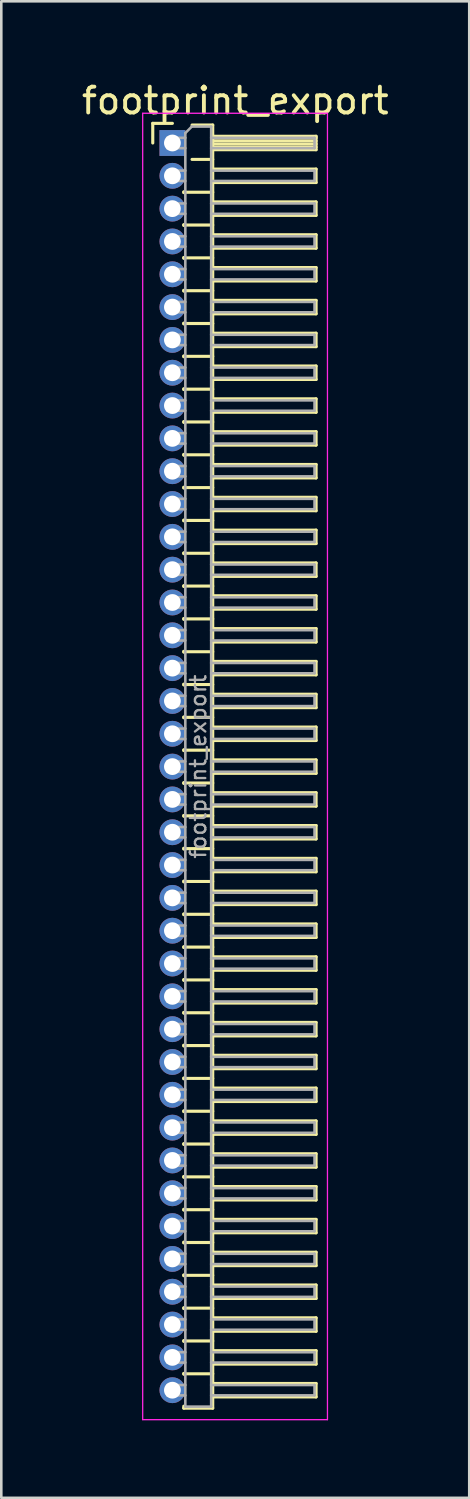
<source format=kicad_pcb>
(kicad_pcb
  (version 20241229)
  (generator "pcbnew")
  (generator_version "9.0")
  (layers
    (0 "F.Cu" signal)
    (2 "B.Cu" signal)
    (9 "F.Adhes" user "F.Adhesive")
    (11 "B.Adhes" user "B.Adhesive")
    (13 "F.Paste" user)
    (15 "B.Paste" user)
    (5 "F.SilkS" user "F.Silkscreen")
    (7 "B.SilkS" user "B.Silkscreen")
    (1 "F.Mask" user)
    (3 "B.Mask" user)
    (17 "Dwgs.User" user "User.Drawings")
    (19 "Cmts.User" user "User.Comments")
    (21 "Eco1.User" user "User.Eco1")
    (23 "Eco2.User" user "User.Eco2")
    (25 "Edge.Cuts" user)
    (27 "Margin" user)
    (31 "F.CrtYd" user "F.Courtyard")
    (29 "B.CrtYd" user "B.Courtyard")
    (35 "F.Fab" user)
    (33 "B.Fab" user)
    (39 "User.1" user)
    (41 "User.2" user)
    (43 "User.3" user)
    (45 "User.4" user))
  (footprint "footprint_export"
    (layer "F.Cu")
    (at 3.621 2.483)
    (property "Reference" "footprint_export" (at 2.433 -1.635 0) (layer "F.SilkS") (effects (font (size 1 1) (thickness 0.15))))
    (attr through_hole)
    (fp_line (start -0.76 -0.76) (end 0 -0.76) (stroke (width 0.12) (type solid)) (layer "F.SilkS"))
    (fp_line (start -0.76 0) (end -0.76 -0.76) (stroke (width 0.12) (type solid)) (layer "F.SilkS"))
    (fp_line (start 0.44 1.89) (end 0.44 1.92) (stroke (width 0.12) (type solid)) (layer "F.SilkS"))
    (fp_line (start 0.44 1.905) (end 1.56 1.905) (stroke (width 0.12) (type solid)) (layer "F.SilkS"))
    (fp_line (start 0.44 3.16) (end 0.44 3.19) (stroke (width 0.12) (type solid)) (layer "F.SilkS"))
    (fp_line (start 0.44 3.175) (end 1.56 3.175) (stroke (width 0.12) (type solid)) (layer "F.SilkS"))
    (fp_line (start 0.44 4.43) (end 0.44 4.46) (stroke (width 0.12) (type solid)) (layer "F.SilkS"))
    (fp_line (start 0.44 4.445) (end 1.56 4.445) (stroke (width 0.12) (type solid)) (layer "F.SilkS"))
    (fp_line (start 0.44 5.7) (end 0.44 5.73) (stroke (width 0.12) (type solid)) (layer "F.SilkS"))
    (fp_line (start 0.44 5.715) (end 1.56 5.715) (stroke (width 0.12) (type solid)) (layer "F.SilkS"))
    (fp_line (start 0.44 6.97) (end 0.44 7) (stroke (width 0.12) (type solid)) (layer "F.SilkS"))
    (fp_line (start 0.44 6.985) (end 1.56 6.985) (stroke (width 0.12) (type solid)) (layer "F.SilkS"))
    (fp_line (start 0.44 8.24) (end 0.44 8.27) (stroke (width 0.12) (type solid)) (layer "F.SilkS"))
    (fp_line (start 0.44 8.255) (end 1.56 8.255) (stroke (width 0.12) (type solid)) (layer "F.SilkS"))
    (fp_line (start 0.44 9.51) (end 0.44 9.54) (stroke (width 0.12) (type solid)) (layer "F.SilkS"))
    (fp_line (start 0.44 9.525) (end 1.56 9.525) (stroke (width 0.12) (type solid)) (layer "F.SilkS"))
    (fp_line (start 0.44 10.78) (end 0.44 10.81) (stroke (width 0.12) (type solid)) (layer "F.SilkS"))
    (fp_line (start 0.44 10.795) (end 1.56 10.795) (stroke (width 0.12) (type solid)) (layer "F.SilkS"))
    (fp_line (start 0.44 12.05) (end 0.44 12.08) (stroke (width 0.12) (type solid)) (layer "F.SilkS"))
    (fp_line (start 0.44 12.065) (end 1.56 12.065) (stroke (width 0.12) (type solid)) (layer "F.SilkS"))
    (fp_line (start 0.44 13.32) (end 0.44 13.35) (stroke (width 0.12) (type solid)) (layer "F.SilkS"))
    (fp_line (start 0.44 13.335) (end 1.56 13.335) (stroke (width 0.12) (type solid)) (layer "F.SilkS"))
    (fp_line (start 0.44 14.59) (end 0.44 14.62) (stroke (width 0.12) (type solid)) (layer "F.SilkS"))
    (fp_line (start 0.44 14.605) (end 1.56 14.605) (stroke (width 0.12) (type solid)) (layer "F.SilkS"))
    (fp_line (start 0.44 15.86) (end 0.44 15.89) (stroke (width 0.12) (type solid)) (layer "F.SilkS"))
    (fp_line (start 0.44 15.875) (end 1.56 15.875) (stroke (width 0.12) (type solid)) (layer "F.SilkS"))
    (fp_line (start 0.44 17.13) (end 0.44 17.16) (stroke (width 0.12) (type solid)) (layer "F.SilkS"))
    (fp_line (start 0.44 17.145) (end 1.56 17.145) (stroke (width 0.12) (type solid)) (layer "F.SilkS"))
    (fp_line (start 0.44 18.4) (end 0.44 18.43) (stroke (width 0.12) (type solid)) (layer "F.SilkS"))
    (fp_line (start 0.44 18.415) (end 1.56 18.415) (stroke (width 0.12) (type solid)) (layer "F.SilkS"))
    (fp_line (start 0.44 19.67) (end 0.44 19.7) (stroke (width 0.12) (type solid)) (layer "F.SilkS"))
    (fp_line (start 0.44 19.685) (end 1.56 19.685) (stroke (width 0.12) (type solid)) (layer "F.SilkS"))
    (fp_line (start 0.44 20.94) (end 0.44 20.97) (stroke (width 0.12) (type solid)) (layer "F.SilkS"))
    (fp_line (start 0.44 20.955) (end 1.56 20.955) (stroke (width 0.12) (type solid)) (layer "F.SilkS"))
    (fp_line (start 0.44 22.21) (end 0.44 22.24) (stroke (width 0.12) (type solid)) (layer "F.SilkS"))
    (fp_line (start 0.44 22.225) (end 1.56 22.225) (stroke (width 0.12) (type solid)) (layer "F.SilkS"))
    (fp_line (start 0.44 23.48) (end 0.44 23.51) (stroke (width 0.12) (type solid)) (layer "F.SilkS"))
    (fp_line (start 0.44 23.495) (end 1.56 23.495) (stroke (width 0.12) (type solid)) (layer "F.SilkS"))
    (fp_line (start 0.44 24.75) (end 0.44 24.78) (stroke (width 0.12) (type solid)) (layer "F.SilkS"))
    (fp_line (start 0.44 24.765) (end 1.56 24.765) (stroke (width 0.12) (type solid)) (layer "F.SilkS"))
    (fp_line (start 0.44 26.02) (end 0.44 26.05) (stroke (width 0.12) (type solid)) (layer "F.SilkS"))
    (fp_line (start 0.44 26.035) (end 1.56 26.035) (stroke (width 0.12) (type solid)) (layer "F.SilkS"))
    (fp_line (start 0.44 27.29) (end 0.44 27.32) (stroke (width 0.12) (type solid)) (layer "F.SilkS"))
    (fp_line (start 0.44 27.305) (end 1.56 27.305) (stroke (width 0.12) (type solid)) (layer "F.SilkS"))
    (fp_line (start 0.44 28.56) (end 0.44 28.59) (stroke (width 0.12) (type solid)) (layer "F.SilkS"))
    (fp_line (start 0.44 28.575) (end 1.56 28.575) (stroke (width 0.12) (type solid)) (layer "F.SilkS"))
    (fp_line (start 0.44 29.83) (end 0.44 29.86) (stroke (width 0.12) (type solid)) (layer "F.SilkS"))
    (fp_line (start 0.44 29.845) (end 1.56 29.845) (stroke (width 0.12) (type solid)) (layer "F.SilkS"))
    (fp_line (start 0.44 31.1) (end 0.44 31.13) (stroke (width 0.12) (type solid)) (layer "F.SilkS"))
    (fp_line (start 0.44 31.115) (end 1.56 31.115) (stroke (width 0.12) (type solid)) (layer "F.SilkS"))
    (fp_line (start 0.44 32.37) (end 0.44 32.4) (stroke (width 0.12) (type solid)) (layer "F.SilkS"))
    (fp_line (start 0.44 32.385) (end 1.56 32.385) (stroke (width 0.12) (type solid)) (layer "F.SilkS"))
    (fp_line (start 0.44 33.64) (end 0.44 33.67) (stroke (width 0.12) (type solid)) (layer "F.SilkS"))
    (fp_line (start 0.44 33.655) (end 1.56 33.655) (stroke (width 0.12) (type solid)) (layer "F.SilkS"))
    (fp_line (start 0.44 34.91) (end 0.44 34.94) (stroke (width 0.12) (type solid)) (layer "F.SilkS"))
    (fp_line (start 0.44 34.925) (end 1.56 34.925) (stroke (width 0.12) (type solid)) (layer "F.SilkS"))
    (fp_line (start 0.44 36.18) (end 0.44 36.21) (stroke (width 0.12) (type solid)) (layer "F.SilkS"))
    (fp_line (start 0.44 36.195) (end 1.56 36.195) (stroke (width 0.12) (type solid)) (layer "F.SilkS"))
    (fp_line (start 0.44 37.45) (end 0.44 37.48) (stroke (width 0.12) (type solid)) (layer "F.SilkS"))
    (fp_line (start 0.44 37.465) (end 1.56 37.465) (stroke (width 0.12) (type solid)) (layer "F.SilkS"))
    (fp_line (start 0.44 38.72) (end 0.44 38.75) (stroke (width 0.12) (type solid)) (layer "F.SilkS"))
    (fp_line (start 0.44 38.735) (end 1.56 38.735) (stroke (width 0.12) (type solid)) (layer "F.SilkS"))
    (fp_line (start 0.44 39.99) (end 0.44 40.02) (stroke (width 0.12) (type solid)) (layer "F.SilkS"))
    (fp_line (start 0.44 40.005) (end 1.56 40.005) (stroke (width 0.12) (type solid)) (layer "F.SilkS"))
    (fp_line (start 0.44 41.26) (end 0.44 41.29) (stroke (width 0.12) (type solid)) (layer "F.SilkS"))
    (fp_line (start 0.44 41.275) (end 1.56 41.275) (stroke (width 0.12) (type solid)) (layer "F.SilkS"))
    (fp_line (start 0.44 42.53) (end 0.44 42.56) (stroke (width 0.12) (type solid)) (layer "F.SilkS"))
    (fp_line (start 0.44 42.545) (end 1.56 42.545) (stroke (width 0.12) (type solid)) (layer "F.SilkS"))
    (fp_line (start 0.44 43.8) (end 0.44 43.83) (stroke (width 0.12) (type solid)) (layer "F.SilkS"))
    (fp_line (start 0.44 43.815) (end 1.56 43.815) (stroke (width 0.12) (type solid)) (layer "F.SilkS"))
    (fp_line (start 0.44 45.07) (end 0.44 45.1) (stroke (width 0.12) (type solid)) (layer "F.SilkS"))
    (fp_line (start 0.44 45.085) (end 1.56 45.085) (stroke (width 0.12) (type solid)) (layer "F.SilkS"))
    (fp_line (start 0.44 46.34) (end 0.44 46.37) (stroke (width 0.12) (type solid)) (layer "F.SilkS"))
    (fp_line (start 0.44 46.355) (end 1.56 46.355) (stroke (width 0.12) (type solid)) (layer "F.SilkS"))
    (fp_line (start 0.44 47.61) (end 0.44 47.64) (stroke (width 0.12) (type solid)) (layer "F.SilkS"))
    (fp_line (start 0.44 47.625) (end 1.56 47.625) (stroke (width 0.12) (type solid)) (layer "F.SilkS"))
    (fp_line (start 0.44 48.955) (end 0.44 48.88) (stroke (width 0.12) (type solid)) (layer "F.SilkS"))
    (fp_line (start 0.76 -0.695) (end 1.56 -0.695) (stroke (width 0.12) (type solid)) (layer "F.SilkS"))
    (fp_line (start 0.76 0.635) (end 1.56 0.635) (stroke (width 0.12) (type solid)) (layer "F.SilkS"))
    (fp_line (start 1.56 -0.695) (end 1.56 48.955) (stroke (width 0.12) (type solid)) (layer "F.SilkS"))
    (fp_line (start 1.56 -0.26) (end 5.56 -0.26) (stroke (width 0.12) (type solid)) (layer "F.SilkS"))
    (fp_line (start 1.56 -0.2) (end 5.56 -0.2) (stroke (width 0.12) (type solid)) (layer "F.SilkS"))
    (fp_line (start 1.56 -0.08) (end 5.56 -0.08) (stroke (width 0.12) (type solid)) (layer "F.SilkS"))
    (fp_line (start 1.56 0.04) (end 5.56 0.04) (stroke (width 0.12) (type solid)) (layer "F.SilkS"))
    (fp_line (start 1.56 0.16) (end 5.56 0.16) (stroke (width 0.12) (type solid)) (layer "F.SilkS"))
    (fp_line (start 1.56 1.01) (end 5.56 1.01) (stroke (width 0.12) (type solid)) (layer "F.SilkS"))
    (fp_line (start 1.56 2.28) (end 5.56 2.28) (stroke (width 0.12) (type solid)) (layer "F.SilkS"))
    (fp_line (start 1.56 3.55) (end 5.56 3.55) (stroke (width 0.12) (type solid)) (layer "F.SilkS"))
    (fp_line (start 1.56 4.82) (end 5.56 4.82) (stroke (width 0.12) (type solid)) (layer "F.SilkS"))
    (fp_line (start 1.56 6.09) (end 5.56 6.09) (stroke (width 0.12) (type solid)) (layer "F.SilkS"))
    (fp_line (start 1.56 7.36) (end 5.56 7.36) (stroke (width 0.12) (type solid)) (layer "F.SilkS"))
    (fp_line (start 1.56 8.63) (end 5.56 8.63) (stroke (width 0.12) (type solid)) (layer "F.SilkS"))
    (fp_line (start 1.56 9.9) (end 5.56 9.9) (stroke (width 0.12) (type solid)) (layer "F.SilkS"))
    (fp_line (start 1.56 11.17) (end 5.56 11.17) (stroke (width 0.12) (type solid)) (layer "F.SilkS"))
    (fp_line (start 1.56 12.44) (end 5.56 12.44) (stroke (width 0.12) (type solid)) (layer "F.SilkS"))
    (fp_line (start 1.56 13.71) (end 5.56 13.71) (stroke (width 0.12) (type solid)) (layer "F.SilkS"))
    (fp_line (start 1.56 14.98) (end 5.56 14.98) (stroke (width 0.12) (type solid)) (layer "F.SilkS"))
    (fp_line (start 1.56 16.25) (end 5.56 16.25) (stroke (width 0.12) (type solid)) (layer "F.SilkS"))
    (fp_line (start 1.56 17.52) (end 5.56 17.52) (stroke (width 0.12) (type solid)) (layer "F.SilkS"))
    (fp_line (start 1.56 18.79) (end 5.56 18.79) (stroke (width 0.12) (type solid)) (layer "F.SilkS"))
    (fp_line (start 1.56 20.06) (end 5.56 20.06) (stroke (width 0.12) (type solid)) (layer "F.SilkS"))
    (fp_line (start 1.56 21.33) (end 5.56 21.33) (stroke (width 0.12) (type solid)) (layer "F.SilkS"))
    (fp_line (start 1.56 22.6) (end 5.56 22.6) (stroke (width 0.12) (type solid)) (layer "F.SilkS"))
    (fp_line (start 1.56 23.87) (end 5.56 23.87) (stroke (width 0.12) (type solid)) (layer "F.SilkS"))
    (fp_line (start 1.56 25.14) (end 5.56 25.14) (stroke (width 0.12) (type solid)) (layer "F.SilkS"))
    (fp_line (start 1.56 26.41) (end 5.56 26.41) (stroke (width 0.12) (type solid)) (layer "F.SilkS"))
    (fp_line (start 1.56 27.68) (end 5.56 27.68) (stroke (width 0.12) (type solid)) (layer "F.SilkS"))
    (fp_line (start 1.56 28.95) (end 5.56 28.95) (stroke (width 0.12) (type solid)) (layer "F.SilkS"))
    (fp_line (start 1.56 30.22) (end 5.56 30.22) (stroke (width 0.12) (type solid)) (layer "F.SilkS"))
    (fp_line (start 1.56 31.49) (end 5.56 31.49) (stroke (width 0.12) (type solid)) (layer "F.SilkS"))
    (fp_line (start 1.56 32.76) (end 5.56 32.76) (stroke (width 0.12) (type solid)) (layer "F.SilkS"))
    (fp_line (start 1.56 34.03) (end 5.56 34.03) (stroke (width 0.12) (type solid)) (layer "F.SilkS"))
    (fp_line (start 1.56 35.3) (end 5.56 35.3) (stroke (width 0.12) (type solid)) (layer "F.SilkS"))
    (fp_line (start 1.56 36.57) (end 5.56 36.57) (stroke (width 0.12) (type solid)) (layer "F.SilkS"))
    (fp_line (start 1.56 37.84) (end 5.56 37.84) (stroke (width 0.12) (type solid)) (layer "F.SilkS"))
    (fp_line (start 1.56 39.11) (end 5.56 39.11) (stroke (width 0.12) (type solid)) (layer "F.SilkS"))
    (fp_line (start 1.56 40.38) (end 5.56 40.38) (stroke (width 0.12) (type solid)) (layer "F.SilkS"))
    (fp_line (start 1.56 41.65) (end 5.56 41.65) (stroke (width 0.12) (type solid)) (layer "F.SilkS"))
    (fp_line (start 1.56 42.92) (end 5.56 42.92) (stroke (width 0.12) (type solid)) (layer "F.SilkS"))
    (fp_line (start 1.56 44.19) (end 5.56 44.19) (stroke (width 0.12) (type solid)) (layer "F.SilkS"))
    (fp_line (start 1.56 45.46) (end 5.56 45.46) (stroke (width 0.12) (type solid)) (layer "F.SilkS"))
    (fp_line (start 1.56 46.73) (end 5.56 46.73) (stroke (width 0.12) (type solid)) (layer "F.SilkS"))
    (fp_line (start 1.56 48) (end 5.56 48) (stroke (width 0.12) (type solid)) (layer "F.SilkS"))
    (fp_line (start 1.56 48.955) (end 0.44 48.955) (stroke (width 0.12) (type solid)) (layer "F.SilkS"))
    (fp_line (start 5.56 -0.26) (end 5.56 0.26) (stroke (width 0.12) (type solid)) (layer "F.SilkS"))
    (fp_line (start 5.56 0.26) (end 1.56 0.26) (stroke (width 0.12) (type solid)) (layer "F.SilkS"))
    (fp_line (start 5.56 1.01) (end 5.56 1.53) (stroke (width 0.12) (type solid)) (layer "F.SilkS"))
    (fp_line (start 5.56 1.53) (end 1.56 1.53) (stroke (width 0.12) (type solid)) (layer "F.SilkS"))
    (fp_line (start 5.56 2.28) (end 5.56 2.8) (stroke (width 0.12) (type solid)) (layer "F.SilkS"))
    (fp_line (start 5.56 2.8) (end 1.56 2.8) (stroke (width 0.12) (type solid)) (layer "F.SilkS"))
    (fp_line (start 5.56 3.55) (end 5.56 4.07) (stroke (width 0.12) (type solid)) (layer "F.SilkS"))
    (fp_line (start 5.56 4.07) (end 1.56 4.07) (stroke (width 0.12) (type solid)) (layer "F.SilkS"))
    (fp_line (start 5.56 4.82) (end 5.56 5.34) (stroke (width 0.12) (type solid)) (layer "F.SilkS"))
    (fp_line (start 5.56 5.34) (end 1.56 5.34) (stroke (width 0.12) (type solid)) (layer "F.SilkS"))
    (fp_line (start 5.56 6.09) (end 5.56 6.61) (stroke (width 0.12) (type solid)) (layer "F.SilkS"))
    (fp_line (start 5.56 6.61) (end 1.56 6.61) (stroke (width 0.12) (type solid)) (layer "F.SilkS"))
    (fp_line (start 5.56 7.36) (end 5.56 7.88) (stroke (width 0.12) (type solid)) (layer "F.SilkS"))
    (fp_line (start 5.56 7.88) (end 1.56 7.88) (stroke (width 0.12) (type solid)) (layer "F.SilkS"))
    (fp_line (start 5.56 8.63) (end 5.56 9.15) (stroke (width 0.12) (type solid)) (layer "F.SilkS"))
    (fp_line (start 5.56 9.15) (end 1.56 9.15) (stroke (width 0.12) (type solid)) (layer "F.SilkS"))
    (fp_line (start 5.56 9.9) (end 5.56 10.42) (stroke (width 0.12) (type solid)) (layer "F.SilkS"))
    (fp_line (start 5.56 10.42) (end 1.56 10.42) (stroke (width 0.12) (type solid)) (layer "F.SilkS"))
    (fp_line (start 5.56 11.17) (end 5.56 11.69) (stroke (width 0.12) (type solid)) (layer "F.SilkS"))
    (fp_line (start 5.56 11.69) (end 1.56 11.69) (stroke (width 0.12) (type solid)) (layer "F.SilkS"))
    (fp_line (start 5.56 12.44) (end 5.56 12.96) (stroke (width 0.12) (type solid)) (layer "F.SilkS"))
    (fp_line (start 5.56 12.96) (end 1.56 12.96) (stroke (width 0.12) (type solid)) (layer "F.SilkS"))
    (fp_line (start 5.56 13.71) (end 5.56 14.23) (stroke (width 0.12) (type solid)) (layer "F.SilkS"))
    (fp_line (start 5.56 14.23) (end 1.56 14.23) (stroke (width 0.12) (type solid)) (layer "F.SilkS"))
    (fp_line (start 5.56 14.98) (end 5.56 15.5) (stroke (width 0.12) (type solid)) (layer "F.SilkS"))
    (fp_line (start 5.56 15.5) (end 1.56 15.5) (stroke (width 0.12) (type solid)) (layer "F.SilkS"))
    (fp_line (start 5.56 16.25) (end 5.56 16.77) (stroke (width 0.12) (type solid)) (layer "F.SilkS"))
    (fp_line (start 5.56 16.77) (end 1.56 16.77) (stroke (width 0.12) (type solid)) (layer "F.SilkS"))
    (fp_line (start 5.56 17.52) (end 5.56 18.04) (stroke (width 0.12) (type solid)) (layer "F.SilkS"))
    (fp_line (start 5.56 18.04) (end 1.56 18.04) (stroke (width 0.12) (type solid)) (layer "F.SilkS"))
    (fp_line (start 5.56 18.79) (end 5.56 19.31) (stroke (width 0.12) (type solid)) (layer "F.SilkS"))
    (fp_line (start 5.56 19.31) (end 1.56 19.31) (stroke (width 0.12) (type solid)) (layer "F.SilkS"))
    (fp_line (start 5.56 20.06) (end 5.56 20.58) (stroke (width 0.12) (type solid)) (layer "F.SilkS"))
    (fp_line (start 5.56 20.58) (end 1.56 20.58) (stroke (width 0.12) (type solid)) (layer "F.SilkS"))
    (fp_line (start 5.56 21.33) (end 5.56 21.85) (stroke (width 0.12) (type solid)) (layer "F.SilkS"))
    (fp_line (start 5.56 21.85) (end 1.56 21.85) (stroke (width 0.12) (type solid)) (layer "F.SilkS"))
    (fp_line (start 5.56 22.6) (end 5.56 23.12) (stroke (width 0.12) (type solid)) (layer "F.SilkS"))
    (fp_line (start 5.56 23.12) (end 1.56 23.12) (stroke (width 0.12) (type solid)) (layer "F.SilkS"))
    (fp_line (start 5.56 23.87) (end 5.56 24.39) (stroke (width 0.12) (type solid)) (layer "F.SilkS"))
    (fp_line (start 5.56 24.39) (end 1.56 24.39) (stroke (width 0.12) (type solid)) (layer "F.SilkS"))
    (fp_line (start 5.56 25.14) (end 5.56 25.66) (stroke (width 0.12) (type solid)) (layer "F.SilkS"))
    (fp_line (start 5.56 25.66) (end 1.56 25.66) (stroke (width 0.12) (type solid)) (layer "F.SilkS"))
    (fp_line (start 5.56 26.41) (end 5.56 26.93) (stroke (width 0.12) (type solid)) (layer "F.SilkS"))
    (fp_line (start 5.56 26.93) (end 1.56 26.93) (stroke (width 0.12) (type solid)) (layer "F.SilkS"))
    (fp_line (start 5.56 27.68) (end 5.56 28.2) (stroke (width 0.12) (type solid)) (layer "F.SilkS"))
    (fp_line (start 5.56 28.2) (end 1.56 28.2) (stroke (width 0.12) (type solid)) (layer "F.SilkS"))
    (fp_line (start 5.56 28.95) (end 5.56 29.47) (stroke (width 0.12) (type solid)) (layer "F.SilkS"))
    (fp_line (start 5.56 29.47) (end 1.56 29.47) (stroke (width 0.12) (type solid)) (layer "F.SilkS"))
    (fp_line (start 5.56 30.22) (end 5.56 30.74) (stroke (width 0.12) (type solid)) (layer "F.SilkS"))
    (fp_line (start 5.56 30.74) (end 1.56 30.74) (stroke (width 0.12) (type solid)) (layer "F.SilkS"))
    (fp_line (start 5.56 31.49) (end 5.56 32.01) (stroke (width 0.12) (type solid)) (layer "F.SilkS"))
    (fp_line (start 5.56 32.01) (end 1.56 32.01) (stroke (width 0.12) (type solid)) (layer "F.SilkS"))
    (fp_line (start 5.56 32.76) (end 5.56 33.28) (stroke (width 0.12) (type solid)) (layer "F.SilkS"))
    (fp_line (start 5.56 33.28) (end 1.56 33.28) (stroke (width 0.12) (type solid)) (layer "F.SilkS"))
    (fp_line (start 5.56 34.03) (end 5.56 34.55) (stroke (width 0.12) (type solid)) (layer "F.SilkS"))
    (fp_line (start 5.56 34.55) (end 1.56 34.55) (stroke (width 0.12) (type solid)) (layer "F.SilkS"))
    (fp_line (start 5.56 35.3) (end 5.56 35.82) (stroke (width 0.12) (type solid)) (layer "F.SilkS"))
    (fp_line (start 5.56 35.82) (end 1.56 35.82) (stroke (width 0.12) (type solid)) (layer "F.SilkS"))
    (fp_line (start 5.56 36.57) (end 5.56 37.09) (stroke (width 0.12) (type solid)) (layer "F.SilkS"))
    (fp_line (start 5.56 37.09) (end 1.56 37.09) (stroke (width 0.12) (type solid)) (layer "F.SilkS"))
    (fp_line (start 5.56 37.84) (end 5.56 38.36) (stroke (width 0.12) (type solid)) (layer "F.SilkS"))
    (fp_line (start 5.56 38.36) (end 1.56 38.36) (stroke (width 0.12) (type solid)) (layer "F.SilkS"))
    (fp_line (start 5.56 39.11) (end 5.56 39.63) (stroke (width 0.12) (type solid)) (layer "F.SilkS"))
    (fp_line (start 5.56 39.63) (end 1.56 39.63) (stroke (width 0.12) (type solid)) (layer "F.SilkS"))
    (fp_line (start 5.56 40.38) (end 5.56 40.9) (stroke (width 0.12) (type solid)) (layer "F.SilkS"))
    (fp_line (start 5.56 40.9) (end 1.56 40.9) (stroke (width 0.12) (type solid)) (layer "F.SilkS"))
    (fp_line (start 5.56 41.65) (end 5.56 42.17) (stroke (width 0.12) (type solid)) (layer "F.SilkS"))
    (fp_line (start 5.56 42.17) (end 1.56 42.17) (stroke (width 0.12) (type solid)) (layer "F.SilkS"))
    (fp_line (start 5.56 42.92) (end 5.56 43.44) (stroke (width 0.12) (type solid)) (layer "F.SilkS"))
    (fp_line (start 5.56 43.44) (end 1.56 43.44) (stroke (width 0.12) (type solid)) (layer "F.SilkS"))
    (fp_line (start 5.56 44.19) (end 5.56 44.71) (stroke (width 0.12) (type solid)) (layer "F.SilkS"))
    (fp_line (start 5.56 44.71) (end 1.56 44.71) (stroke (width 0.12) (type solid)) (layer "F.SilkS"))
    (fp_line (start 5.56 45.46) (end 5.56 45.98) (stroke (width 0.12) (type solid)) (layer "F.SilkS"))
    (fp_line (start 5.56 45.98) (end 1.56 45.98) (stroke (width 0.12) (type solid)) (layer "F.SilkS"))
    (fp_line (start 5.56 46.73) (end 5.56 47.25) (stroke (width 0.12) (type solid)) (layer "F.SilkS"))
    (fp_line (start 5.56 47.25) (end 1.56 47.25) (stroke (width 0.12) (type solid)) (layer "F.SilkS"))
    (fp_line (start 5.56 48) (end 5.56 48.52) (stroke (width 0.12) (type solid)) (layer "F.SilkS"))
    (fp_line (start 5.56 48.52) (end 1.56 48.52) (stroke (width 0.12) (type solid)) (layer "F.SilkS"))
    (fp_line (start -1.15 -1.15) (end -1.15 49.4) (stroke (width 0.05) (type solid)) (layer "F.CrtYd"))
    (fp_line (start -1.15 49.4) (end 6 49.4) (stroke (width 0.05) (type solid)) (layer "F.CrtYd"))
    (fp_line (start 6 -1.15) (end -1.15 -1.15) (stroke (width 0.05) (type solid)) (layer "F.CrtYd"))
    (fp_line (start 6 49.4) (end 6 -1.15) (stroke (width 0.05) (type solid)) (layer "F.CrtYd"))
    (fp_line (start -0.2 -0.2) (end -0.2 0.2) (stroke (width 0.1) (type solid)) (layer "F.Fab"))
    (fp_line (start -0.2 -0.2) (end 0.5 -0.2) (stroke (width 0.1) (type solid)) (layer "F.Fab"))
    (fp_line (start -0.2 0.2) (end 0.5 0.2) (stroke (width 0.1) (type solid)) (layer "F.Fab"))
    (fp_line (start -0.2 1.07) (end -0.2 1.47) (stroke (width 0.1) (type solid)) (layer "F.Fab"))
    (fp_line (start -0.2 1.07) (end 0.5 1.07) (stroke (width 0.1) (type solid)) (layer "F.Fab"))
    (fp_line (start -0.2 1.47) (end 0.5 1.47) (stroke (width 0.1) (type solid)) (layer "F.Fab"))
    (fp_line (start -0.2 2.34) (end -0.2 2.74) (stroke (width 0.1) (type solid)) (layer "F.Fab"))
    (fp_line (start -0.2 2.34) (end 0.5 2.34) (stroke (width 0.1) (type solid)) (layer "F.Fab"))
    (fp_line (start -0.2 2.74) (end 0.5 2.74) (stroke (width 0.1) (type solid)) (layer "F.Fab"))
    (fp_line (start -0.2 3.61) (end -0.2 4.01) (stroke (width 0.1) (type solid)) (layer "F.Fab"))
    (fp_line (start -0.2 3.61) (end 0.5 3.61) (stroke (width 0.1) (type solid)) (layer "F.Fab"))
    (fp_line (start -0.2 4.01) (end 0.5 4.01) (stroke (width 0.1) (type solid)) (layer "F.Fab"))
    (fp_line (start -0.2 4.88) (end -0.2 5.28) (stroke (width 0.1) (type solid)) (layer "F.Fab"))
    (fp_line (start -0.2 4.88) (end 0.5 4.88) (stroke (width 0.1) (type solid)) (layer "F.Fab"))
    (fp_line (start -0.2 5.28) (end 0.5 5.28) (stroke (width 0.1) (type solid)) (layer "F.Fab"))
    (fp_line (start -0.2 6.15) (end -0.2 6.55) (stroke (width 0.1) (type solid)) (layer "F.Fab"))
    (fp_line (start -0.2 6.15) (end 0.5 6.15) (stroke (width 0.1) (type solid)) (layer "F.Fab"))
    (fp_line (start -0.2 6.55) (end 0.5 6.55) (stroke (width 0.1) (type solid)) (layer "F.Fab"))
    (fp_line (start -0.2 7.42) (end -0.2 7.82) (stroke (width 0.1) (type solid)) (layer "F.Fab"))
    (fp_line (start -0.2 7.42) (end 0.5 7.42) (stroke (width 0.1) (type solid)) (layer "F.Fab"))
    (fp_line (start -0.2 7.82) (end 0.5 7.82) (stroke (width 0.1) (type solid)) (layer "F.Fab"))
    (fp_line (start -0.2 8.69) (end -0.2 9.09) (stroke (width 0.1) (type solid)) (layer "F.Fab"))
    (fp_line (start -0.2 8.69) (end 0.5 8.69) (stroke (width 0.1) (type solid)) (layer "F.Fab"))
    (fp_line (start -0.2 9.09) (end 0.5 9.09) (stroke (width 0.1) (type solid)) (layer "F.Fab"))
    (fp_line (start -0.2 9.96) (end -0.2 10.36) (stroke (width 0.1) (type solid)) (layer "F.Fab"))
    (fp_line (start -0.2 9.96) (end 0.5 9.96) (stroke (width 0.1) (type solid)) (layer "F.Fab"))
    (fp_line (start -0.2 10.36) (end 0.5 10.36) (stroke (width 0.1) (type solid)) (layer "F.Fab"))
    (fp_line (start -0.2 11.23) (end -0.2 11.63) (stroke (width 0.1) (type solid)) (layer "F.Fab"))
    (fp_line (start -0.2 11.23) (end 0.5 11.23) (stroke (width 0.1) (type solid)) (layer "F.Fab"))
    (fp_line (start -0.2 11.63) (end 0.5 11.63) (stroke (width 0.1) (type solid)) (layer "F.Fab"))
    (fp_line (start -0.2 12.5) (end -0.2 12.9) (stroke (width 0.1) (type solid)) (layer "F.Fab"))
    (fp_line (start -0.2 12.5) (end 0.5 12.5) (stroke (width 0.1) (type solid)) (layer "F.Fab"))
    (fp_line (start -0.2 12.9) (end 0.5 12.9) (stroke (width 0.1) (type solid)) (layer "F.Fab"))
    (fp_line (start -0.2 13.77) (end -0.2 14.17) (stroke (width 0.1) (type solid)) (layer "F.Fab"))
    (fp_line (start -0.2 13.77) (end 0.5 13.77) (stroke (width 0.1) (type solid)) (layer "F.Fab"))
    (fp_line (start -0.2 14.17) (end 0.5 14.17) (stroke (width 0.1) (type solid)) (layer "F.Fab"))
    (fp_line (start -0.2 15.04) (end -0.2 15.44) (stroke (width 0.1) (type solid)) (layer "F.Fab"))
    (fp_line (start -0.2 15.04) (end 0.5 15.04) (stroke (width 0.1) (type solid)) (layer "F.Fab"))
    (fp_line (start -0.2 15.44) (end 0.5 15.44) (stroke (width 0.1) (type solid)) (layer "F.Fab"))
    (fp_line (start -0.2 16.31) (end -0.2 16.71) (stroke (width 0.1) (type solid)) (layer "F.Fab"))
    (fp_line (start -0.2 16.31) (end 0.5 16.31) (stroke (width 0.1) (type solid)) (layer "F.Fab"))
    (fp_line (start -0.2 16.71) (end 0.5 16.71) (stroke (width 0.1) (type solid)) (layer "F.Fab"))
    (fp_line (start -0.2 17.58) (end -0.2 17.98) (stroke (width 0.1) (type solid)) (layer "F.Fab"))
    (fp_line (start -0.2 17.58) (end 0.5 17.58) (stroke (width 0.1) (type solid)) (layer "F.Fab"))
    (fp_line (start -0.2 17.98) (end 0.5 17.98) (stroke (width 0.1) (type solid)) (layer "F.Fab"))
    (fp_line (start -0.2 18.85) (end -0.2 19.25) (stroke (width 0.1) (type solid)) (layer "F.Fab"))
    (fp_line (start -0.2 18.85) (end 0.5 18.85) (stroke (width 0.1) (type solid)) (layer "F.Fab"))
    (fp_line (start -0.2 19.25) (end 0.5 19.25) (stroke (width 0.1) (type solid)) (layer "F.Fab"))
    (fp_line (start -0.2 20.12) (end -0.2 20.52) (stroke (width 0.1) (type solid)) (layer "F.Fab"))
    (fp_line (start -0.2 20.12) (end 0.5 20.12) (stroke (width 0.1) (type solid)) (layer "F.Fab"))
    (fp_line (start -0.2 20.52) (end 0.5 20.52) (stroke (width 0.1) (type solid)) (layer "F.Fab"))
    (fp_line (start -0.2 21.39) (end -0.2 21.79) (stroke (width 0.1) (type solid)) (layer "F.Fab"))
    (fp_line (start -0.2 21.39) (end 0.5 21.39) (stroke (width 0.1) (type solid)) (layer "F.Fab"))
    (fp_line (start -0.2 21.79) (end 0.5 21.79) (stroke (width 0.1) (type solid)) (layer "F.Fab"))
    (fp_line (start -0.2 22.66) (end -0.2 23.06) (stroke (width 0.1) (type solid)) (layer "F.Fab"))
    (fp_line (start -0.2 22.66) (end 0.5 22.66) (stroke (width 0.1) (type solid)) (layer "F.Fab"))
    (fp_line (start -0.2 23.06) (end 0.5 23.06) (stroke (width 0.1) (type solid)) (layer "F.Fab"))
    (fp_line (start -0.2 23.93) (end -0.2 24.33) (stroke (width 0.1) (type solid)) (layer "F.Fab"))
    (fp_line (start -0.2 23.93) (end 0.5 23.93) (stroke (width 0.1) (type solid)) (layer "F.Fab"))
    (fp_line (start -0.2 24.33) (end 0.5 24.33) (stroke (width 0.1) (type solid)) (layer "F.Fab"))
    (fp_line (start -0.2 25.2) (end -0.2 25.6) (stroke (width 0.1) (type solid)) (layer "F.Fab"))
    (fp_line (start -0.2 25.2) (end 0.5 25.2) (stroke (width 0.1) (type solid)) (layer "F.Fab"))
    (fp_line (start -0.2 25.6) (end 0.5 25.6) (stroke (width 0.1) (type solid)) (layer "F.Fab"))
    (fp_line (start -0.2 26.47) (end -0.2 26.87) (stroke (width 0.1) (type solid)) (layer "F.Fab"))
    (fp_line (start -0.2 26.47) (end 0.5 26.47) (stroke (width 0.1) (type solid)) (layer "F.Fab"))
    (fp_line (start -0.2 26.87) (end 0.5 26.87) (stroke (width 0.1) (type solid)) (layer "F.Fab"))
    (fp_line (start -0.2 27.74) (end -0.2 28.14) (stroke (width 0.1) (type solid)) (layer "F.Fab"))
    (fp_line (start -0.2 27.74) (end 0.5 27.74) (stroke (width 0.1) (type solid)) (layer "F.Fab"))
    (fp_line (start -0.2 28.14) (end 0.5 28.14) (stroke (width 0.1) (type solid)) (layer "F.Fab"))
    (fp_line (start -0.2 29.01) (end -0.2 29.41) (stroke (width 0.1) (type solid)) (layer "F.Fab"))
    (fp_line (start -0.2 29.01) (end 0.5 29.01) (stroke (width 0.1) (type solid)) (layer "F.Fab"))
    (fp_line (start -0.2 29.41) (end 0.5 29.41) (stroke (width 0.1) (type solid)) (layer "F.Fab"))
    (fp_line (start -0.2 30.28) (end -0.2 30.68) (stroke (width 0.1) (type solid)) (layer "F.Fab"))
    (fp_line (start -0.2 30.28) (end 0.5 30.28) (stroke (width 0.1) (type solid)) (layer "F.Fab"))
    (fp_line (start -0.2 30.68) (end 0.5 30.68) (stroke (width 0.1) (type solid)) (layer "F.Fab"))
    (fp_line (start -0.2 31.55) (end -0.2 31.95) (stroke (width 0.1) (type solid)) (layer "F.Fab"))
    (fp_line (start -0.2 31.55) (end 0.5 31.55) (stroke (width 0.1) (type solid)) (layer "F.Fab"))
    (fp_line (start -0.2 31.95) (end 0.5 31.95) (stroke (width 0.1) (type solid)) (layer "F.Fab"))
    (fp_line (start -0.2 32.82) (end -0.2 33.22) (stroke (width 0.1) (type solid)) (layer "F.Fab"))
    (fp_line (start -0.2 32.82) (end 0.5 32.82) (stroke (width 0.1) (type solid)) (layer "F.Fab"))
    (fp_line (start -0.2 33.22) (end 0.5 33.22) (stroke (width 0.1) (type solid)) (layer "F.Fab"))
    (fp_line (start -0.2 34.09) (end -0.2 34.49) (stroke (width 0.1) (type solid)) (layer "F.Fab"))
    (fp_line (start -0.2 34.09) (end 0.5 34.09) (stroke (width 0.1) (type solid)) (layer "F.Fab"))
    (fp_line (start -0.2 34.49) (end 0.5 34.49) (stroke (width 0.1) (type solid)) (layer "F.Fab"))
    (fp_line (start -0.2 35.36) (end -0.2 35.76) (stroke (width 0.1) (type solid)) (layer "F.Fab"))
    (fp_line (start -0.2 35.36) (end 0.5 35.36) (stroke (width 0.1) (type solid)) (layer "F.Fab"))
    (fp_line (start -0.2 35.76) (end 0.5 35.76) (stroke (width 0.1) (type solid)) (layer "F.Fab"))
    (fp_line (start -0.2 36.63) (end -0.2 37.03) (stroke (width 0.1) (type solid)) (layer "F.Fab"))
    (fp_line (start -0.2 36.63) (end 0.5 36.63) (stroke (width 0.1) (type solid)) (layer "F.Fab"))
    (fp_line (start -0.2 37.03) (end 0.5 37.03) (stroke (width 0.1) (type solid)) (layer "F.Fab"))
    (fp_line (start -0.2 37.9) (end -0.2 38.3) (stroke (width 0.1) (type solid)) (layer "F.Fab"))
    (fp_line (start -0.2 37.9) (end 0.5 37.9) (stroke (width 0.1) (type solid)) (layer "F.Fab"))
    (fp_line (start -0.2 38.3) (end 0.5 38.3) (stroke (width 0.1) (type solid)) (layer "F.Fab"))
    (fp_line (start -0.2 39.17) (end -0.2 39.57) (stroke (width 0.1) (type solid)) (layer "F.Fab"))
    (fp_line (start -0.2 39.17) (end 0.5 39.17) (stroke (width 0.1) (type solid)) (layer "F.Fab"))
    (fp_line (start -0.2 39.57) (end 0.5 39.57) (stroke (width 0.1) (type solid)) (layer "F.Fab"))
    (fp_line (start -0.2 40.44) (end -0.2 40.84) (stroke (width 0.1) (type solid)) (layer "F.Fab"))
    (fp_line (start -0.2 40.44) (end 0.5 40.44) (stroke (width 0.1) (type solid)) (layer "F.Fab"))
    (fp_line (start -0.2 40.84) (end 0.5 40.84) (stroke (width 0.1) (type solid)) (layer "F.Fab"))
    (fp_line (start -0.2 41.71) (end -0.2 42.11) (stroke (width 0.1) (type solid)) (layer "F.Fab"))
    (fp_line (start -0.2 41.71) (end 0.5 41.71) (stroke (width 0.1) (type solid)) (layer "F.Fab"))
    (fp_line (start -0.2 42.11) (end 0.5 42.11) (stroke (width 0.1) (type solid)) (layer "F.Fab"))
    (fp_line (start -0.2 42.98) (end -0.2 43.38) (stroke (width 0.1) (type solid)) (layer "F.Fab"))
    (fp_line (start -0.2 42.98) (end 0.5 42.98) (stroke (width 0.1) (type solid)) (layer "F.Fab"))
    (fp_line (start -0.2 43.38) (end 0.5 43.38) (stroke (width 0.1) (type solid)) (layer "F.Fab"))
    (fp_line (start -0.2 44.25) (end -0.2 44.65) (stroke (width 0.1) (type solid)) (layer "F.Fab"))
    (fp_line (start -0.2 44.25) (end 0.5 44.25) (stroke (width 0.1) (type solid)) (layer "F.Fab"))
    (fp_line (start -0.2 44.65) (end 0.5 44.65) (stroke (width 0.1) (type solid)) (layer "F.Fab"))
    (fp_line (start -0.2 45.52) (end -0.2 45.92) (stroke (width 0.1) (type solid)) (layer "F.Fab"))
    (fp_line (start -0.2 45.52) (end 0.5 45.52) (stroke (width 0.1) (type solid)) (layer "F.Fab"))
    (fp_line (start -0.2 45.92) (end 0.5 45.92) (stroke (width 0.1) (type solid)) (layer "F.Fab"))
    (fp_line (start -0.2 46.79) (end -0.2 47.19) (stroke (width 0.1) (type solid)) (layer "F.Fab"))
    (fp_line (start -0.2 46.79) (end 0.5 46.79) (stroke (width 0.1) (type solid)) (layer "F.Fab"))
    (fp_line (start -0.2 47.19) (end 0.5 47.19) (stroke (width 0.1) (type solid)) (layer "F.Fab"))
    (fp_line (start -0.2 48.06) (end -0.2 48.46) (stroke (width 0.1) (type solid)) (layer "F.Fab"))
    (fp_line (start -0.2 48.06) (end 0.5 48.06) (stroke (width 0.1) (type solid)) (layer "F.Fab"))
    (fp_line (start -0.2 48.46) (end 0.5 48.46) (stroke (width 0.1) (type solid)) (layer "F.Fab"))
    (fp_line (start 0.5 -0.385) (end 0.75 -0.635) (stroke (width 0.1) (type solid)) (layer "F.Fab"))
    (fp_line (start 0.5 48.895) (end 0.5 -0.385) (stroke (width 0.1) (type solid)) (layer "F.Fab"))
    (fp_line (start 0.75 -0.635) (end 1.5 -0.635) (stroke (width 0.1) (type solid)) (layer "F.Fab"))
    (fp_line (start 1.5 -0.635) (end 1.5 48.895) (stroke (width 0.1) (type solid)) (layer "F.Fab"))
    (fp_line (start 1.5 -0.2) (end 5.5 -0.2) (stroke (width 0.1) (type solid)) (layer "F.Fab"))
    (fp_line (start 1.5 0.2) (end 5.5 0.2) (stroke (width 0.1) (type solid)) (layer "F.Fab"))
    (fp_line (start 1.5 1.07) (end 5.5 1.07) (stroke (width 0.1) (type solid)) (layer "F.Fab"))
    (fp_line (start 1.5 1.47) (end 5.5 1.47) (stroke (width 0.1) (type solid)) (layer "F.Fab"))
    (fp_line (start 1.5 2.34) (end 5.5 2.34) (stroke (width 0.1) (type solid)) (layer "F.Fab"))
    (fp_line (start 1.5 2.74) (end 5.5 2.74) (stroke (width 0.1) (type solid)) (layer "F.Fab"))
    (fp_line (start 1.5 3.61) (end 5.5 3.61) (stroke (width 0.1) (type solid)) (layer "F.Fab"))
    (fp_line (start 1.5 4.01) (end 5.5 4.01) (stroke (width 0.1) (type solid)) (layer "F.Fab"))
    (fp_line (start 1.5 4.88) (end 5.5 4.88) (stroke (width 0.1) (type solid)) (layer "F.Fab"))
    (fp_line (start 1.5 5.28) (end 5.5 5.28) (stroke (width 0.1) (type solid)) (layer "F.Fab"))
    (fp_line (start 1.5 6.15) (end 5.5 6.15) (stroke (width 0.1) (type solid)) (layer "F.Fab"))
    (fp_line (start 1.5 6.55) (end 5.5 6.55) (stroke (width 0.1) (type solid)) (layer "F.Fab"))
    (fp_line (start 1.5 7.42) (end 5.5 7.42) (stroke (width 0.1) (type solid)) (layer "F.Fab"))
    (fp_line (start 1.5 7.82) (end 5.5 7.82) (stroke (width 0.1) (type solid)) (layer "F.Fab"))
    (fp_line (start 1.5 8.69) (end 5.5 8.69) (stroke (width 0.1) (type solid)) (layer "F.Fab"))
    (fp_line (start 1.5 9.09) (end 5.5 9.09) (stroke (width 0.1) (type solid)) (layer "F.Fab"))
    (fp_line (start 1.5 9.96) (end 5.5 9.96) (stroke (width 0.1) (type solid)) (layer "F.Fab"))
    (fp_line (start 1.5 10.36) (end 5.5 10.36) (stroke (width 0.1) (type solid)) (layer "F.Fab"))
    (fp_line (start 1.5 11.23) (end 5.5 11.23) (stroke (width 0.1) (type solid)) (layer "F.Fab"))
    (fp_line (start 1.5 11.63) (end 5.5 11.63) (stroke (width 0.1) (type solid)) (layer "F.Fab"))
    (fp_line (start 1.5 12.5) (end 5.5 12.5) (stroke (width 0.1) (type solid)) (layer "F.Fab"))
    (fp_line (start 1.5 12.9) (end 5.5 12.9) (stroke (width 0.1) (type solid)) (layer "F.Fab"))
    (fp_line (start 1.5 13.77) (end 5.5 13.77) (stroke (width 0.1) (type solid)) (layer "F.Fab"))
    (fp_line (start 1.5 14.17) (end 5.5 14.17) (stroke (width 0.1) (type solid)) (layer "F.Fab"))
    (fp_line (start 1.5 15.04) (end 5.5 15.04) (stroke (width 0.1) (type solid)) (layer "F.Fab"))
    (fp_line (start 1.5 15.44) (end 5.5 15.44) (stroke (width 0.1) (type solid)) (layer "F.Fab"))
    (fp_line (start 1.5 16.31) (end 5.5 16.31) (stroke (width 0.1) (type solid)) (layer "F.Fab"))
    (fp_line (start 1.5 16.71) (end 5.5 16.71) (stroke (width 0.1) (type solid)) (layer "F.Fab"))
    (fp_line (start 1.5 17.58) (end 5.5 17.58) (stroke (width 0.1) (type solid)) (layer "F.Fab"))
    (fp_line (start 1.5 17.98) (end 5.5 17.98) (stroke (width 0.1) (type solid)) (layer "F.Fab"))
    (fp_line (start 1.5 18.85) (end 5.5 18.85) (stroke (width 0.1) (type solid)) (layer "F.Fab"))
    (fp_line (start 1.5 19.25) (end 5.5 19.25) (stroke (width 0.1) (type solid)) (layer "F.Fab"))
    (fp_line (start 1.5 20.12) (end 5.5 20.12) (stroke (width 0.1) (type solid)) (layer "F.Fab"))
    (fp_line (start 1.5 20.52) (end 5.5 20.52) (stroke (width 0.1) (type solid)) (layer "F.Fab"))
    (fp_line (start 1.5 21.39) (end 5.5 21.39) (stroke (width 0.1) (type solid)) (layer "F.Fab"))
    (fp_line (start 1.5 21.79) (end 5.5 21.79) (stroke (width 0.1) (type solid)) (layer "F.Fab"))
    (fp_line (start 1.5 22.66) (end 5.5 22.66) (stroke (width 0.1) (type solid)) (layer "F.Fab"))
    (fp_line (start 1.5 23.06) (end 5.5 23.06) (stroke (width 0.1) (type solid)) (layer "F.Fab"))
    (fp_line (start 1.5 23.93) (end 5.5 23.93) (stroke (width 0.1) (type solid)) (layer "F.Fab"))
    (fp_line (start 1.5 24.33) (end 5.5 24.33) (stroke (width 0.1) (type solid)) (layer "F.Fab"))
    (fp_line (start 1.5 25.2) (end 5.5 25.2) (stroke (width 0.1) (type solid)) (layer "F.Fab"))
    (fp_line (start 1.5 25.6) (end 5.5 25.6) (stroke (width 0.1) (type solid)) (layer "F.Fab"))
    (fp_line (start 1.5 26.47) (end 5.5 26.47) (stroke (width 0.1) (type solid)) (layer "F.Fab"))
    (fp_line (start 1.5 26.87) (end 5.5 26.87) (stroke (width 0.1) (type solid)) (layer "F.Fab"))
    (fp_line (start 1.5 27.74) (end 5.5 27.74) (stroke (width 0.1) (type solid)) (layer "F.Fab"))
    (fp_line (start 1.5 28.14) (end 5.5 28.14) (stroke (width 0.1) (type solid)) (layer "F.Fab"))
    (fp_line (start 1.5 29.01) (end 5.5 29.01) (stroke (width 0.1) (type solid)) (layer "F.Fab"))
    (fp_line (start 1.5 29.41) (end 5.5 29.41) (stroke (width 0.1) (type solid)) (layer "F.Fab"))
    (fp_line (start 1.5 30.28) (end 5.5 30.28) (stroke (width 0.1) (type solid)) (layer "F.Fab"))
    (fp_line (start 1.5 30.68) (end 5.5 30.68) (stroke (width 0.1) (type solid)) (layer "F.Fab"))
    (fp_line (start 1.5 31.55) (end 5.5 31.55) (stroke (width 0.1) (type solid)) (layer "F.Fab"))
    (fp_line (start 1.5 31.95) (end 5.5 31.95) (stroke (width 0.1) (type solid)) (layer "F.Fab"))
    (fp_line (start 1.5 32.82) (end 5.5 32.82) (stroke (width 0.1) (type solid)) (layer "F.Fab"))
    (fp_line (start 1.5 33.22) (end 5.5 33.22) (stroke (width 0.1) (type solid)) (layer "F.Fab"))
    (fp_line (start 1.5 34.09) (end 5.5 34.09) (stroke (width 0.1) (type solid)) (layer "F.Fab"))
    (fp_line (start 1.5 34.49) (end 5.5 34.49) (stroke (width 0.1) (type solid)) (layer "F.Fab"))
    (fp_line (start 1.5 35.36) (end 5.5 35.36) (stroke (width 0.1) (type solid)) (layer "F.Fab"))
    (fp_line (start 1.5 35.76) (end 5.5 35.76) (stroke (width 0.1) (type solid)) (layer "F.Fab"))
    (fp_line (start 1.5 36.63) (end 5.5 36.63) (stroke (width 0.1) (type solid)) (layer "F.Fab"))
    (fp_line (start 1.5 37.03) (end 5.5 37.03) (stroke (width 0.1) (type solid)) (layer "F.Fab"))
    (fp_line (start 1.5 37.9) (end 5.5 37.9) (stroke (width 0.1) (type solid)) (layer "F.Fab"))
    (fp_line (start 1.5 38.3) (end 5.5 38.3) (stroke (width 0.1) (type solid)) (layer "F.Fab"))
    (fp_line (start 1.5 39.17) (end 5.5 39.17) (stroke (width 0.1) (type solid)) (layer "F.Fab"))
    (fp_line (start 1.5 39.57) (end 5.5 39.57) (stroke (width 0.1) (type solid)) (layer "F.Fab"))
    (fp_line (start 1.5 40.44) (end 5.5 40.44) (stroke (width 0.1) (type solid)) (layer "F.Fab"))
    (fp_line (start 1.5 40.84) (end 5.5 40.84) (stroke (width 0.1) (type solid)) (layer "F.Fab"))
    (fp_line (start 1.5 41.71) (end 5.5 41.71) (stroke (width 0.1) (type solid)) (layer "F.Fab"))
    (fp_line (start 1.5 42.11) (end 5.5 42.11) (stroke (width 0.1) (type solid)) (layer "F.Fab"))
    (fp_line (start 1.5 42.98) (end 5.5 42.98) (stroke (width 0.1) (type solid)) (layer "F.Fab"))
    (fp_line (start 1.5 43.38) (end 5.5 43.38) (stroke (width 0.1) (type solid)) (layer "F.Fab"))
    (fp_line (start 1.5 44.25) (end 5.5 44.25) (stroke (width 0.1) (type solid)) (layer "F.Fab"))
    (fp_line (start 1.5 44.65) (end 5.5 44.65) (stroke (width 0.1) (type solid)) (layer "F.Fab"))
    (fp_line (start 1.5 45.52) (end 5.5 45.52) (stroke (width 0.1) (type solid)) (layer "F.Fab"))
    (fp_line (start 1.5 45.92) (end 5.5 45.92) (stroke (width 0.1) (type solid)) (layer "F.Fab"))
    (fp_line (start 1.5 46.79) (end 5.5 46.79) (stroke (width 0.1) (type solid)) (layer "F.Fab"))
    (fp_line (start 1.5 47.19) (end 5.5 47.19) (stroke (width 0.1) (type solid)) (layer "F.Fab"))
    (fp_line (start 1.5 48.06) (end 5.5 48.06) (stroke (width 0.1) (type solid)) (layer "F.Fab"))
    (fp_line (start 1.5 48.46) (end 5.5 48.46) (stroke (width 0.1) (type solid)) (layer "F.Fab"))
    (fp_line (start 1.5 48.895) (end 0.5 48.895) (stroke (width 0.1) (type solid)) (layer "F.Fab"))
    (fp_line (start 5.5 -0.2) (end 5.5 0.2) (stroke (width 0.1) (type solid)) (layer "F.Fab"))
    (fp_line (start 5.5 1.07) (end 5.5 1.47) (stroke (width 0.1) (type solid)) (layer "F.Fab"))
    (fp_line (start 5.5 2.34) (end 5.5 2.74) (stroke (width 0.1) (type solid)) (layer "F.Fab"))
    (fp_line (start 5.5 3.61) (end 5.5 4.01) (stroke (width 0.1) (type solid)) (layer "F.Fab"))
    (fp_line (start 5.5 4.88) (end 5.5 5.28) (stroke (width 0.1) (type solid)) (layer "F.Fab"))
    (fp_line (start 5.5 6.15) (end 5.5 6.55) (stroke (width 0.1) (type solid)) (layer "F.Fab"))
    (fp_line (start 5.5 7.42) (end 5.5 7.82) (stroke (width 0.1) (type solid)) (layer "F.Fab"))
    (fp_line (start 5.5 8.69) (end 5.5 9.09) (stroke (width 0.1) (type solid)) (layer "F.Fab"))
    (fp_line (start 5.5 9.96) (end 5.5 10.36) (stroke (width 0.1) (type solid)) (layer "F.Fab"))
    (fp_line (start 5.5 11.23) (end 5.5 11.63) (stroke (width 0.1) (type solid)) (layer "F.Fab"))
    (fp_line (start 5.5 12.5) (end 5.5 12.9) (stroke (width 0.1) (type solid)) (layer "F.Fab"))
    (fp_line (start 5.5 13.77) (end 5.5 14.17) (stroke (width 0.1) (type solid)) (layer "F.Fab"))
    (fp_line (start 5.5 15.04) (end 5.5 15.44) (stroke (width 0.1) (type solid)) (layer "F.Fab"))
    (fp_line (start 5.5 16.31) (end 5.5 16.71) (stroke (width 0.1) (type solid)) (layer "F.Fab"))
    (fp_line (start 5.5 17.58) (end 5.5 17.98) (stroke (width 0.1) (type solid)) (layer "F.Fab"))
    (fp_line (start 5.5 18.85) (end 5.5 19.25) (stroke (width 0.1) (type solid)) (layer "F.Fab"))
    (fp_line (start 5.5 20.12) (end 5.5 20.52) (stroke (width 0.1) (type solid)) (layer "F.Fab"))
    (fp_line (start 5.5 21.39) (end 5.5 21.79) (stroke (width 0.1) (type solid)) (layer "F.Fab"))
    (fp_line (start 5.5 22.66) (end 5.5 23.06) (stroke (width 0.1) (type solid)) (layer "F.Fab"))
    (fp_line (start 5.5 23.93) (end 5.5 24.33) (stroke (width 0.1) (type solid)) (layer "F.Fab"))
    (fp_line (start 5.5 25.2) (end 5.5 25.6) (stroke (width 0.1) (type solid)) (layer "F.Fab"))
    (fp_line (start 5.5 26.47) (end 5.5 26.87) (stroke (width 0.1) (type solid)) (layer "F.Fab"))
    (fp_line (start 5.5 27.74) (end 5.5 28.14) (stroke (width 0.1) (type solid)) (layer "F.Fab"))
    (fp_line (start 5.5 29.01) (end 5.5 29.41) (stroke (width 0.1) (type solid)) (layer "F.Fab"))
    (fp_line (start 5.5 30.28) (end 5.5 30.68) (stroke (width 0.1) (type solid)) (layer "F.Fab"))
    (fp_line (start 5.5 31.55) (end 5.5 31.95) (stroke (width 0.1) (type solid)) (layer "F.Fab"))
    (fp_line (start 5.5 32.82) (end 5.5 33.22) (stroke (width 0.1) (type solid)) (layer "F.Fab"))
    (fp_line (start 5.5 34.09) (end 5.5 34.49) (stroke (width 0.1) (type solid)) (layer "F.Fab"))
    (fp_line (start 5.5 35.36) (end 5.5 35.76) (stroke (width 0.1) (type solid)) (layer "F.Fab"))
    (fp_line (start 5.5 36.63) (end 5.5 37.03) (stroke (width 0.1) (type solid)) (layer "F.Fab"))
    (fp_line (start 5.5 37.9) (end 5.5 38.3) (stroke (width 0.1) (type solid)) (layer "F.Fab"))
    (fp_line (start 5.5 39.17) (end 5.5 39.57) (stroke (width 0.1) (type solid)) (layer "F.Fab"))
    (fp_line (start 5.5 40.44) (end 5.5 40.84) (stroke (width 0.1) (type solid)) (layer "F.Fab"))
    (fp_line (start 5.5 41.71) (end 5.5 42.11) (stroke (width 0.1) (type solid)) (layer "F.Fab"))
    (fp_line (start 5.5 42.98) (end 5.5 43.38) (stroke (width 0.1) (type solid)) (layer "F.Fab"))
    (fp_line (start 5.5 44.25) (end 5.5 44.65) (stroke (width 0.1) (type solid)) (layer "F.Fab"))
    (fp_line (start 5.5 45.52) (end 5.5 45.92) (stroke (width 0.1) (type solid)) (layer "F.Fab"))
    (fp_line (start 5.5 46.79) (end 5.5 47.19) (stroke (width 0.1) (type solid)) (layer "F.Fab"))
    (fp_line (start 5.5 48.06) (end 5.5 48.46) (stroke (width 0.1) (type solid)) (layer "F.Fab"))
    (fp_text user "${REFERENCE}" (at 1 24.13 90) (layer "F.Fab") (effects (font (size 0.6 0.6) (thickness 0.09))))
    (pad "1" thru_hole rect (at 0 0) (size 1 1) (drill 0.65) (layers "*.Cu" "*.Mask"))
    (pad "2" thru_hole oval (at 0 1.27) (size 1 1) (drill 0.65) (layers "*.Cu" "*.Mask"))
    (pad "3" thru_hole oval (at 0 2.54) (size 1 1) (drill 0.65) (layers "*.Cu" "*.Mask"))
    (pad "4" thru_hole oval (at 0 3.81) (size 1 1) (drill 0.65) (layers "*.Cu" "*.Mask"))
    (pad "5" thru_hole oval (at 0 5.08) (size 1 1) (drill 0.65) (layers "*.Cu" "*.Mask"))
    (pad "6" thru_hole oval (at 0 6.35) (size 1 1) (drill 0.65) (layers "*.Cu" "*.Mask"))
    (pad "7" thru_hole oval (at 0 7.62) (size 1 1) (drill 0.65) (layers "*.Cu" "*.Mask"))
    (pad "8" thru_hole oval (at 0 8.89) (size 1 1) (drill 0.65) (layers "*.Cu" "*.Mask"))
    (pad "9" thru_hole oval (at 0 10.16) (size 1 1) (drill 0.65) (layers "*.Cu" "*.Mask"))
    (pad "10" thru_hole oval (at 0 11.43) (size 1 1) (drill 0.65) (layers "*.Cu" "*.Mask"))
    (pad "11" thru_hole oval (at 0 12.7) (size 1 1) (drill 0.65) (layers "*.Cu" "*.Mask"))
    (pad "12" thru_hole oval (at 0 13.97) (size 1 1) (drill 0.65) (layers "*.Cu" "*.Mask"))
    (pad "13" thru_hole oval (at 0 15.24) (size 1 1) (drill 0.65) (layers "*.Cu" "*.Mask"))
    (pad "14" thru_hole oval (at 0 16.51) (size 1 1) (drill 0.65) (layers "*.Cu" "*.Mask"))
    (pad "15" thru_hole oval (at 0 17.78) (size 1 1) (drill 0.65) (layers "*.Cu" "*.Mask"))
    (pad "16" thru_hole oval (at 0 19.05) (size 1 1) (drill 0.65) (layers "*.Cu" "*.Mask"))
    (pad "17" thru_hole oval (at 0 20.32) (size 1 1) (drill 0.65) (layers "*.Cu" "*.Mask"))
    (pad "18" thru_hole oval (at 0 21.59) (size 1 1) (drill 0.65) (layers "*.Cu" "*.Mask"))
    (pad "19" thru_hole oval (at 0 22.86) (size 1 1) (drill 0.65) (layers "*.Cu" "*.Mask"))
    (pad "20" thru_hole oval (at 0 24.13) (size 1 1) (drill 0.65) (layers "*.Cu" "*.Mask"))
    (pad "21" thru_hole oval (at 0 25.4) (size 1 1) (drill 0.65) (layers "*.Cu" "*.Mask"))
    (pad "22" thru_hole oval (at 0 26.67) (size 1 1) (drill 0.65) (layers "*.Cu" "*.Mask"))
    (pad "23" thru_hole oval (at 0 27.94) (size 1 1) (drill 0.65) (layers "*.Cu" "*.Mask"))
    (pad "24" thru_hole oval (at 0 29.21) (size 1 1) (drill 0.65) (layers "*.Cu" "*.Mask"))
    (pad "25" thru_hole oval (at 0 30.48) (size 1 1) (drill 0.65) (layers "*.Cu" "*.Mask"))
    (pad "26" thru_hole oval (at 0 31.75) (size 1 1) (drill 0.65) (layers "*.Cu" "*.Mask"))
    (pad "27" thru_hole oval (at 0 33.02) (size 1 1) (drill 0.65) (layers "*.Cu" "*.Mask"))
    (pad "28" thru_hole oval (at 0 34.29) (size 1 1) (drill 0.65) (layers "*.Cu" "*.Mask"))
    (pad "29" thru_hole oval (at 0 35.56) (size 1 1) (drill 0.65) (layers "*.Cu" "*.Mask"))
    (pad "30" thru_hole oval (at 0 36.83) (size 1 1) (drill 0.65) (layers "*.Cu" "*.Mask"))
    (pad "31" thru_hole oval (at 0 38.1) (size 1 1) (drill 0.65) (layers "*.Cu" "*.Mask"))
    (pad "32" thru_hole oval (at 0 39.37) (size 1 1) (drill 0.65) (layers "*.Cu" "*.Mask"))
    (pad "33" thru_hole oval (at 0 40.64) (size 1 1) (drill 0.65) (layers "*.Cu" "*.Mask"))
    (pad "34" thru_hole oval (at 0 41.91) (size 1 1) (drill 0.65) (layers "*.Cu" "*.Mask"))
    (pad "35" thru_hole oval (at 0 43.18) (size 1 1) (drill 0.65) (layers "*.Cu" "*.Mask"))
    (pad "36" thru_hole oval (at 0 44.45) (size 1 1) (drill 0.65) (layers "*.Cu" "*.Mask"))
    (pad "37" thru_hole oval (at 0 45.72) (size 1 1) (drill 0.65) (layers "*.Cu" "*.Mask"))
    (pad "38" thru_hole oval (at 0 46.99) (size 1 1) (drill 0.65) (layers "*.Cu" "*.Mask"))
    (pad "39" thru_hole oval (at 0 48.26) (size 1 1) (drill 0.65) (layers "*.Cu" "*.Mask")))
  (gr_rect
    (start -3 -3)
    (end 15.107 54.908)
    (stroke (width 0.1) (type default))
    (fill no)
    (layer "Edge.Cuts")))
</source>
